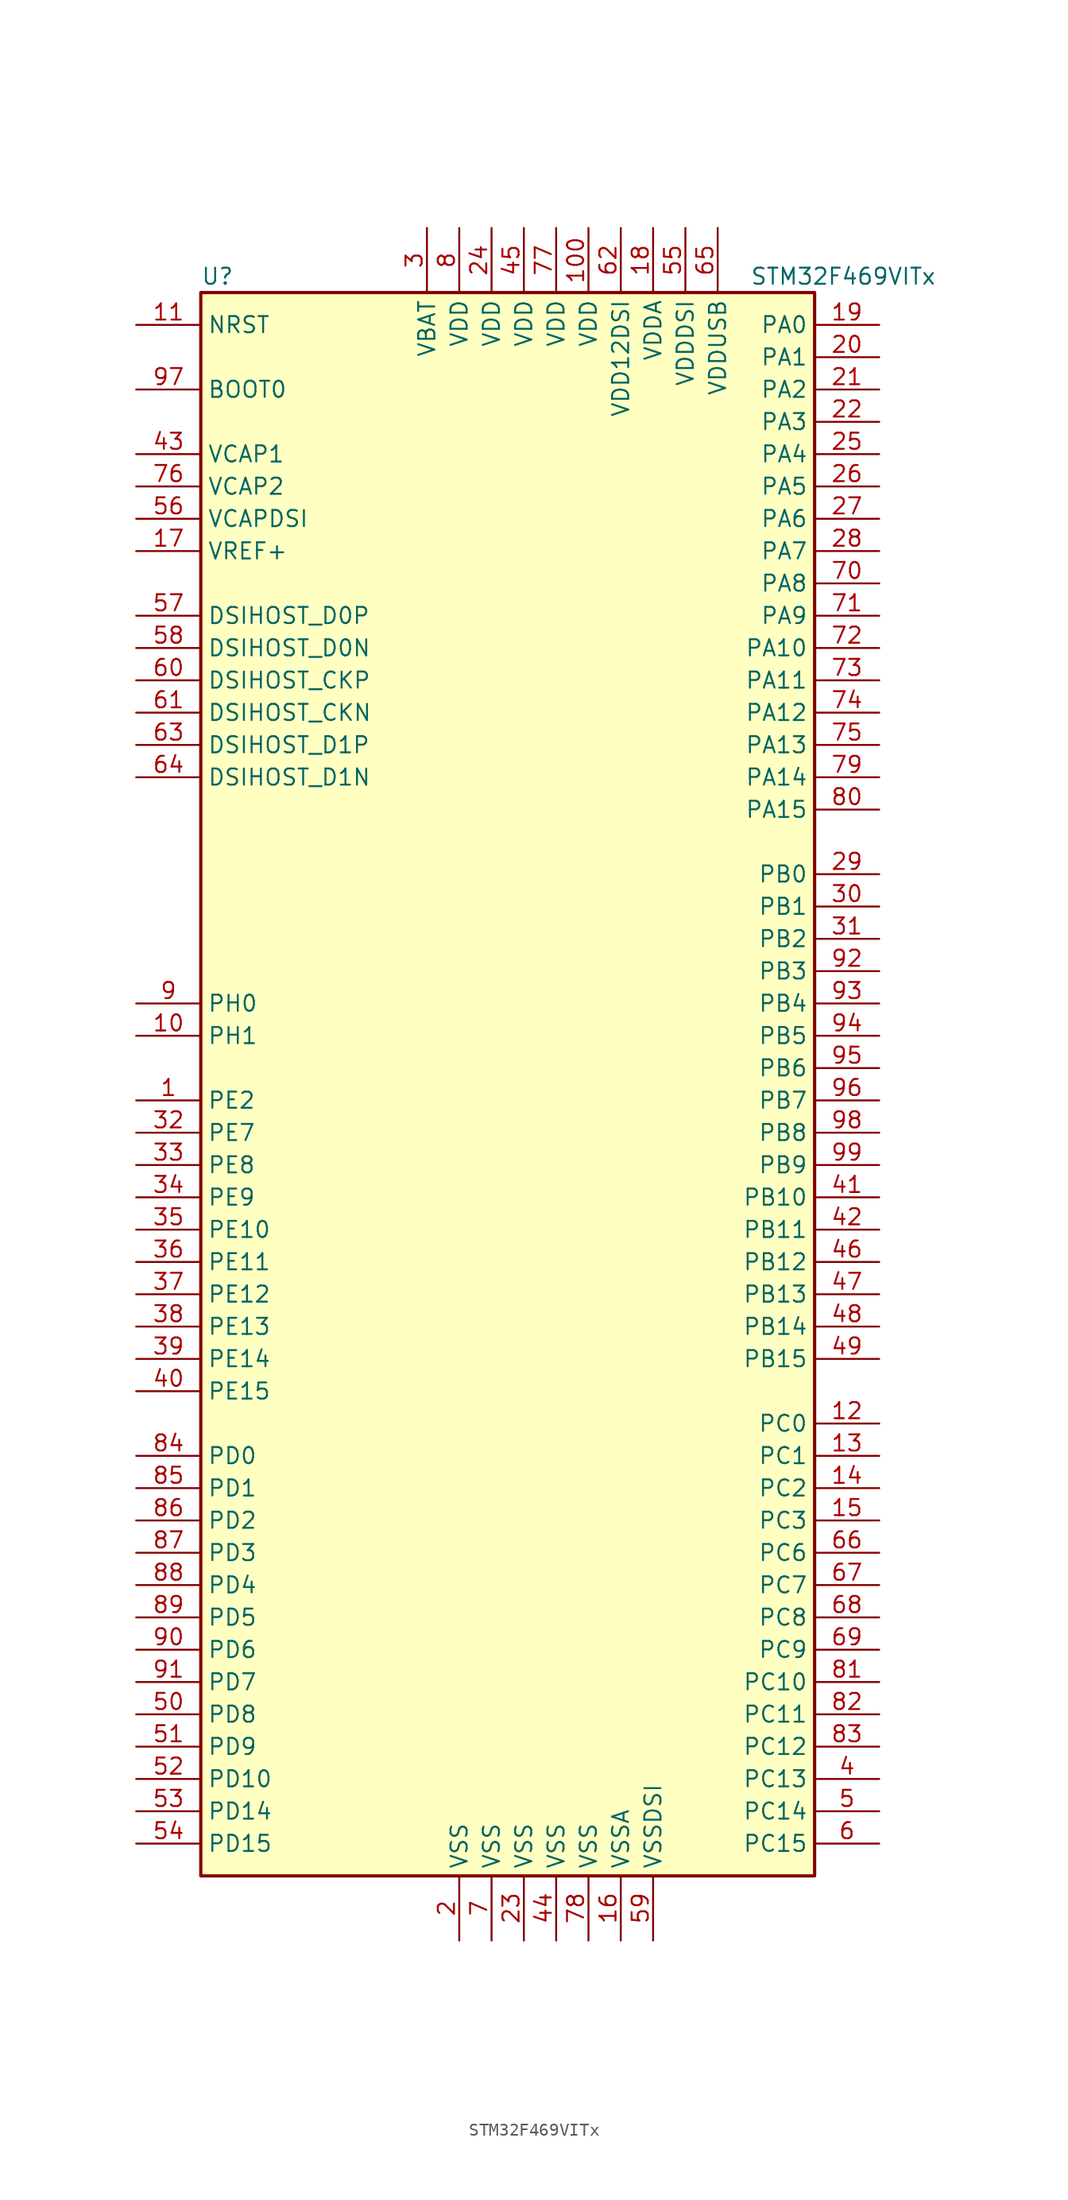
<source format=kicad_sym>
(kicad_symbol_lib
  (version 20220914)
  (generator kicad_symbol_editor)
  (symbol "STM32F469VITx"
    (property "Reference" "U"
      (at -25.4 62.23 0)
      (effects (font (size 1.27 1.27)) (justify left)))
    (property "Value" "STM32F469VITx"
      (at 17.78 62.23 0)
      (effects (font (size 1.27 1.27)) (justify left)))
    (symbol "STM32F469VITx_0_1"
      (rectangle (start -25.4 -63.5) (end 22.86 60.96) (stroke (width 0.254) (type default)) (fill (type background))))
    (symbol "STM32F469VITx_1_1"
      (pin bidirectional line (at -30.48 -2.54 0) (length 5.08) (name "PE2" (effects (font (size 1.27 1.27)))) (number "1" (effects (font (size 1.27 1.27)))))
      (pin input line (at -30.48 2.54 0) (length 5.08) (name "PH1" (effects (font (size 1.27 1.27)))) (number "10" (effects (font (size 1.27 1.27)))))
      (pin power_in line (at 5.08 66.04 270) (length 5.08) (name "VDD" (effects (font (size 1.27 1.27)))) (number "100" (effects (font (size 1.27 1.27)))))
      (pin input line (at -30.48 58.42 0) (length 5.08) (name "NRST" (effects (font (size 1.27 1.27)))) (number "11" (effects (font (size 1.27 1.27)))))
      (pin bidirectional line (at 27.94 -27.94 180) (length 5.08) (name "PC0" (effects (font (size 1.27 1.27)))) (number "12" (effects (font (size 1.27 1.27)))))
      (pin bidirectional line (at 27.94 -30.48 180) (length 5.08) (name "PC1" (effects (font (size 1.27 1.27)))) (number "13" (effects (font (size 1.27 1.27)))))
      (pin bidirectional line (at 27.94 -33.02 180) (length 5.08) (name "PC2" (effects (font (size 1.27 1.27)))) (number "14" (effects (font (size 1.27 1.27)))))
      (pin bidirectional line (at 27.94 -35.56 180) (length 5.08) (name "PC3" (effects (font (size 1.27 1.27)))) (number "15" (effects (font (size 1.27 1.27)))))
      (pin power_in line (at 7.62 -68.58 90) (length 5.08) (name "VSSA" (effects (font (size 1.27 1.27)))) (number "16" (effects (font (size 1.27 1.27)))))
      (pin power_in line (at -30.48 40.64 0) (length 5.08) (name "VREF+" (effects (font (size 1.27 1.27)))) (number "17" (effects (font (size 1.27 1.27)))))
      (pin power_in line (at 10.16 66.04 270) (length 5.08) (name "VDDA" (effects (font (size 1.27 1.27)))) (number "18" (effects (font (size 1.27 1.27)))))
      (pin bidirectional line (at 27.94 58.42 180) (length 5.08) (name "PA0" (effects (font (size 1.27 1.27)))) (number "19" (effects (font (size 1.27 1.27)))))
      (pin power_in line (at -5.08 -68.58 90) (length 5.08) (name "VSS" (effects (font (size 1.27 1.27)))) (number "2" (effects (font (size 1.27 1.27)))))
      (pin bidirectional line (at 27.94 55.88 180) (length 5.08) (name "PA1" (effects (font (size 1.27 1.27)))) (number "20" (effects (font (size 1.27 1.27)))))
      (pin bidirectional line (at 27.94 53.34 180) (length 5.08) (name "PA2" (effects (font (size 1.27 1.27)))) (number "21" (effects (font (size 1.27 1.27)))))
      (pin bidirectional line (at 27.94 50.8 180) (length 5.08) (name "PA3" (effects (font (size 1.27 1.27)))) (number "22" (effects (font (size 1.27 1.27)))))
      (pin power_in line (at 0 -68.58 90) (length 5.08) (name "VSS" (effects (font (size 1.27 1.27)))) (number "23" (effects (font (size 1.27 1.27)))))
      (pin power_in line (at -2.54 66.04 270) (length 5.08) (name "VDD" (effects (font (size 1.27 1.27)))) (number "24" (effects (font (size 1.27 1.27)))))
      (pin bidirectional line (at 27.94 48.26 180) (length 5.08) (name "PA4" (effects (font (size 1.27 1.27)))) (number "25" (effects (font (size 1.27 1.27)))))
      (pin bidirectional line (at 27.94 45.72 180) (length 5.08) (name "PA5" (effects (font (size 1.27 1.27)))) (number "26" (effects (font (size 1.27 1.27)))))
      (pin bidirectional line (at 27.94 43.18 180) (length 5.08) (name "PA6" (effects (font (size 1.27 1.27)))) (number "27" (effects (font (size 1.27 1.27)))))
      (pin bidirectional line (at 27.94 40.64 180) (length 5.08) (name "PA7" (effects (font (size 1.27 1.27)))) (number "28" (effects (font (size 1.27 1.27)))))
      (pin bidirectional line (at 27.94 15.24 180) (length 5.08) (name "PB0" (effects (font (size 1.27 1.27)))) (number "29" (effects (font (size 1.27 1.27)))))
      (pin power_in line (at -7.62 66.04 270) (length 5.08) (name "VBAT" (effects (font (size 1.27 1.27)))) (number "3" (effects (font (size 1.27 1.27)))))
      (pin bidirectional line (at 27.94 12.7 180) (length 5.08) (name "PB1" (effects (font (size 1.27 1.27)))) (number "30" (effects (font (size 1.27 1.27)))))
      (pin bidirectional line (at 27.94 10.16 180) (length 5.08) (name "PB2" (effects (font (size 1.27 1.27)))) (number "31" (effects (font (size 1.27 1.27)))))
      (pin bidirectional line (at -30.48 -5.08 0) (length 5.08) (name "PE7" (effects (font (size 1.27 1.27)))) (number "32" (effects (font (size 1.27 1.27)))))
      (pin bidirectional line (at -30.48 -7.62 0) (length 5.08) (name "PE8" (effects (font (size 1.27 1.27)))) (number "33" (effects (font (size 1.27 1.27)))))
      (pin bidirectional line (at -30.48 -10.16 0) (length 5.08) (name "PE9" (effects (font (size 1.27 1.27)))) (number "34" (effects (font (size 1.27 1.27)))))
      (pin bidirectional line (at -30.48 -12.7 0) (length 5.08) (name "PE10" (effects (font (size 1.27 1.27)))) (number "35" (effects (font (size 1.27 1.27)))))
      (pin bidirectional line (at -30.48 -15.24 0) (length 5.08) (name "PE11" (effects (font (size 1.27 1.27)))) (number "36" (effects (font (size 1.27 1.27)))))
      (pin bidirectional line (at -30.48 -17.78 0) (length 5.08) (name "PE12" (effects (font (size 1.27 1.27)))) (number "37" (effects (font (size 1.27 1.27)))))
      (pin bidirectional line (at -30.48 -20.32 0) (length 5.08) (name "PE13" (effects (font (size 1.27 1.27)))) (number "38" (effects (font (size 1.27 1.27)))))
      (pin bidirectional line (at -30.48 -22.86 0) (length 5.08) (name "PE14" (effects (font (size 1.27 1.27)))) (number "39" (effects (font (size 1.27 1.27)))))
      (pin bidirectional line (at 27.94 -55.88 180) (length 5.08) (name "PC13" (effects (font (size 1.27 1.27)))) (number "4" (effects (font (size 1.27 1.27)))))
      (pin bidirectional line (at -30.48 -25.4 0) (length 5.08) (name "PE15" (effects (font (size 1.27 1.27)))) (number "40" (effects (font (size 1.27 1.27)))))
      (pin bidirectional line (at 27.94 -10.16 180) (length 5.08) (name "PB10" (effects (font (size 1.27 1.27)))) (number "41" (effects (font (size 1.27 1.27)))))
      (pin bidirectional line (at 27.94 -12.7 180) (length 5.08) (name "PB11" (effects (font (size 1.27 1.27)))) (number "42" (effects (font (size 1.27 1.27)))))
      (pin power_in line (at -30.48 48.26 0) (length 5.08) (name "VCAP1" (effects (font (size 1.27 1.27)))) (number "43" (effects (font (size 1.27 1.27)))))
      (pin power_in line (at 2.54 -68.58 90) (length 5.08) (name "VSS" (effects (font (size 1.27 1.27)))) (number "44" (effects (font (size 1.27 1.27)))))
      (pin power_in line (at 0 66.04 270) (length 5.08) (name "VDD" (effects (font (size 1.27 1.27)))) (number "45" (effects (font (size 1.27 1.27)))))
      (pin bidirectional line (at 27.94 -15.24 180) (length 5.08) (name "PB12" (effects (font (size 1.27 1.27)))) (number "46" (effects (font (size 1.27 1.27)))))
      (pin bidirectional line (at 27.94 -17.78 180) (length 5.08) (name "PB13" (effects (font (size 1.27 1.27)))) (number "47" (effects (font (size 1.27 1.27)))))
      (pin bidirectional line (at 27.94 -20.32 180) (length 5.08) (name "PB14" (effects (font (size 1.27 1.27)))) (number "48" (effects (font (size 1.27 1.27)))))
      (pin bidirectional line (at 27.94 -22.86 180) (length 5.08) (name "PB15" (effects (font (size 1.27 1.27)))) (number "49" (effects (font (size 1.27 1.27)))))
      (pin bidirectional line (at 27.94 -58.42 180) (length 5.08) (name "PC14" (effects (font (size 1.27 1.27)))) (number "5" (effects (font (size 1.27 1.27)))))
      (pin bidirectional line (at -30.48 -50.8 0) (length 5.08) (name "PD8" (effects (font (size 1.27 1.27)))) (number "50" (effects (font (size 1.27 1.27)))))
      (pin bidirectional line (at -30.48 -53.34 0) (length 5.08) (name "PD9" (effects (font (size 1.27 1.27)))) (number "51" (effects (font (size 1.27 1.27)))))
      (pin bidirectional line (at -30.48 -55.88 0) (length 5.08) (name "PD10" (effects (font (size 1.27 1.27)))) (number "52" (effects (font (size 1.27 1.27)))))
      (pin bidirectional line (at -30.48 -58.42 0) (length 5.08) (name "PD14" (effects (font (size 1.27 1.27)))) (number "53" (effects (font (size 1.27 1.27)))))
      (pin bidirectional line (at -30.48 -60.96 0) (length 5.08) (name "PD15" (effects (font (size 1.27 1.27)))) (number "54" (effects (font (size 1.27 1.27)))))
      (pin power_in line (at 12.7 66.04 270) (length 5.08) (name "VDDDSI" (effects (font (size 1.27 1.27)))) (number "55" (effects (font (size 1.27 1.27)))))
      (pin power_in line (at -30.48 43.18 0) (length 5.08) (name "VCAPDSI" (effects (font (size 1.27 1.27)))) (number "56" (effects (font (size 1.27 1.27)))))
      (pin bidirectional line (at -30.48 35.56 0) (length 5.08) (name "DSIHOST_D0P" (effects (font (size 1.27 1.27)))) (number "57" (effects (font (size 1.27 1.27)))))
      (pin bidirectional line (at -30.48 33.02 0) (length 5.08) (name "DSIHOST_D0N" (effects (font (size 1.27 1.27)))) (number "58" (effects (font (size 1.27 1.27)))))
      (pin power_in line (at 10.16 -68.58 90) (length 5.08) (name "VSSDSI" (effects (font (size 1.27 1.27)))) (number "59" (effects (font (size 1.27 1.27)))))
      (pin bidirectional line (at 27.94 -60.96 180) (length 5.08) (name "PC15" (effects (font (size 1.27 1.27)))) (number "6" (effects (font (size 1.27 1.27)))))
      (pin bidirectional line (at -30.48 30.48 0) (length 5.08) (name "DSIHOST_CKP" (effects (font (size 1.27 1.27)))) (number "60" (effects (font (size 1.27 1.27)))))
      (pin bidirectional line (at -30.48 27.94 0) (length 5.08) (name "DSIHOST_CKN" (effects (font (size 1.27 1.27)))) (number "61" (effects (font (size 1.27 1.27)))))
      (pin power_in line (at 7.62 66.04 270) (length 5.08) (name "VDD12DSI" (effects (font (size 1.27 1.27)))) (number "62" (effects (font (size 1.27 1.27)))))
      (pin bidirectional line (at -30.48 25.4 0) (length 5.08) (name "DSIHOST_D1P" (effects (font (size 1.27 1.27)))) (number "63" (effects (font (size 1.27 1.27)))))
      (pin bidirectional line (at -30.48 22.86 0) (length 5.08) (name "DSIHOST_D1N" (effects (font (size 1.27 1.27)))) (number "64" (effects (font (size 1.27 1.27)))))
      (pin power_in line (at 15.24 66.04 270) (length 5.08) (name "VDDUSB" (effects (font (size 1.27 1.27)))) (number "65" (effects (font (size 1.27 1.27)))))
      (pin bidirectional line (at 27.94 -38.1 180) (length 5.08) (name "PC6" (effects (font (size 1.27 1.27)))) (number "66" (effects (font (size 1.27 1.27)))))
      (pin bidirectional line (at 27.94 -40.64 180) (length 5.08) (name "PC7" (effects (font (size 1.27 1.27)))) (number "67" (effects (font (size 1.27 1.27)))))
      (pin bidirectional line (at 27.94 -43.18 180) (length 5.08) (name "PC8" (effects (font (size 1.27 1.27)))) (number "68" (effects (font (size 1.27 1.27)))))
      (pin bidirectional line (at 27.94 -45.72 180) (length 5.08) (name "PC9" (effects (font (size 1.27 1.27)))) (number "69" (effects (font (size 1.27 1.27)))))
      (pin power_in line (at -2.54 -68.58 90) (length 5.08) (name "VSS" (effects (font (size 1.27 1.27)))) (number "7" (effects (font (size 1.27 1.27)))))
      (pin bidirectional line (at 27.94 38.1 180) (length 5.08) (name "PA8" (effects (font (size 1.27 1.27)))) (number "70" (effects (font (size 1.27 1.27)))))
      (pin bidirectional line (at 27.94 35.56 180) (length 5.08) (name "PA9" (effects (font (size 1.27 1.27)))) (number "71" (effects (font (size 1.27 1.27)))))
      (pin bidirectional line (at 27.94 33.02 180) (length 5.08) (name "PA10" (effects (font (size 1.27 1.27)))) (number "72" (effects (font (size 1.27 1.27)))))
      (pin bidirectional line (at 27.94 30.48 180) (length 5.08) (name "PA11" (effects (font (size 1.27 1.27)))) (number "73" (effects (font (size 1.27 1.27)))))
      (pin bidirectional line (at 27.94 27.94 180) (length 5.08) (name "PA12" (effects (font (size 1.27 1.27)))) (number "74" (effects (font (size 1.27 1.27)))))
      (pin bidirectional line (at 27.94 25.4 180) (length 5.08) (name "PA13" (effects (font (size 1.27 1.27)))) (number "75" (effects (font (size 1.27 1.27)))))
      (pin power_in line (at -30.48 45.72 0) (length 5.08) (name "VCAP2" (effects (font (size 1.27 1.27)))) (number "76" (effects (font (size 1.27 1.27)))))
      (pin power_in line (at 2.54 66.04 270) (length 5.08) (name "VDD" (effects (font (size 1.27 1.27)))) (number "77" (effects (font (size 1.27 1.27)))))
      (pin power_in line (at 5.08 -68.58 90) (length 5.08) (name "VSS" (effects (font (size 1.27 1.27)))) (number "78" (effects (font (size 1.27 1.27)))))
      (pin bidirectional line (at 27.94 22.86 180) (length 5.08) (name "PA14" (effects (font (size 1.27 1.27)))) (number "79" (effects (font (size 1.27 1.27)))))
      (pin power_in line (at -5.08 66.04 270) (length 5.08) (name "VDD" (effects (font (size 1.27 1.27)))) (number "8" (effects (font (size 1.27 1.27)))))
      (pin bidirectional line (at 27.94 20.32 180) (length 5.08) (name "PA15" (effects (font (size 1.27 1.27)))) (number "80" (effects (font (size 1.27 1.27)))))
      (pin bidirectional line (at 27.94 -48.26 180) (length 5.08) (name "PC10" (effects (font (size 1.27 1.27)))) (number "81" (effects (font (size 1.27 1.27)))))
      (pin bidirectional line (at 27.94 -50.8 180) (length 5.08) (name "PC11" (effects (font (size 1.27 1.27)))) (number "82" (effects (font (size 1.27 1.27)))))
      (pin bidirectional line (at 27.94 -53.34 180) (length 5.08) (name "PC12" (effects (font (size 1.27 1.27)))) (number "83" (effects (font (size 1.27 1.27)))))
      (pin bidirectional line (at -30.48 -30.48 0) (length 5.08) (name "PD0" (effects (font (size 1.27 1.27)))) (number "84" (effects (font (size 1.27 1.27)))))
      (pin bidirectional line (at -30.48 -33.02 0) (length 5.08) (name "PD1" (effects (font (size 1.27 1.27)))) (number "85" (effects (font (size 1.27 1.27)))))
      (pin bidirectional line (at -30.48 -35.56 0) (length 5.08) (name "PD2" (effects (font (size 1.27 1.27)))) (number "86" (effects (font (size 1.27 1.27)))))
      (pin bidirectional line (at -30.48 -38.1 0) (length 5.08) (name "PD3" (effects (font (size 1.27 1.27)))) (number "87" (effects (font (size 1.27 1.27)))))
      (pin bidirectional line (at -30.48 -40.64 0) (length 5.08) (name "PD4" (effects (font (size 1.27 1.27)))) (number "88" (effects (font (size 1.27 1.27)))))
      (pin bidirectional line (at -30.48 -43.18 0) (length 5.08) (name "PD5" (effects (font (size 1.27 1.27)))) (number "89" (effects (font (size 1.27 1.27)))))
      (pin input line (at -30.48 5.08 0) (length 5.08) (name "PH0" (effects (font (size 1.27 1.27)))) (number "9" (effects (font (size 1.27 1.27)))))
      (pin bidirectional line (at -30.48 -45.72 0) (length 5.08) (name "PD6" (effects (font (size 1.27 1.27)))) (number "90" (effects (font (size 1.27 1.27)))))
      (pin bidirectional line (at -30.48 -48.26 0) (length 5.08) (name "PD7" (effects (font (size 1.27 1.27)))) (number "91" (effects (font (size 1.27 1.27)))))
      (pin bidirectional line (at 27.94 7.62 180) (length 5.08) (name "PB3" (effects (font (size 1.27 1.27)))) (number "92" (effects (font (size 1.27 1.27)))))
      (pin bidirectional line (at 27.94 5.08 180) (length 5.08) (name "PB4" (effects (font (size 1.27 1.27)))) (number "93" (effects (font (size 1.27 1.27)))))
      (pin bidirectional line (at 27.94 2.54 180) (length 5.08) (name "PB5" (effects (font (size 1.27 1.27)))) (number "94" (effects (font (size 1.27 1.27)))))
      (pin bidirectional line (at 27.94 0 180) (length 5.08) (name "PB6" (effects (font (size 1.27 1.27)))) (number "95" (effects (font (size 1.27 1.27)))))
      (pin bidirectional line (at 27.94 -2.54 180) (length 5.08) (name "PB7" (effects (font (size 1.27 1.27)))) (number "96" (effects (font (size 1.27 1.27)))))
      (pin input line (at -30.48 53.34 0) (length 5.08) (name "BOOT0" (effects (font (size 1.27 1.27)))) (number "97" (effects (font (size 1.27 1.27)))))
      (pin bidirectional line (at 27.94 -5.08 180) (length 5.08) (name "PB8" (effects (font (size 1.27 1.27)))) (number "98" (effects (font (size 1.27 1.27)))))
      (pin bidirectional line (at 27.94 -7.62 180) (length 5.08) (name "PB9" (effects (font (size 1.27 1.27)))) (number "99" (effects (font (size 1.27 1.27))))))))
</source>
